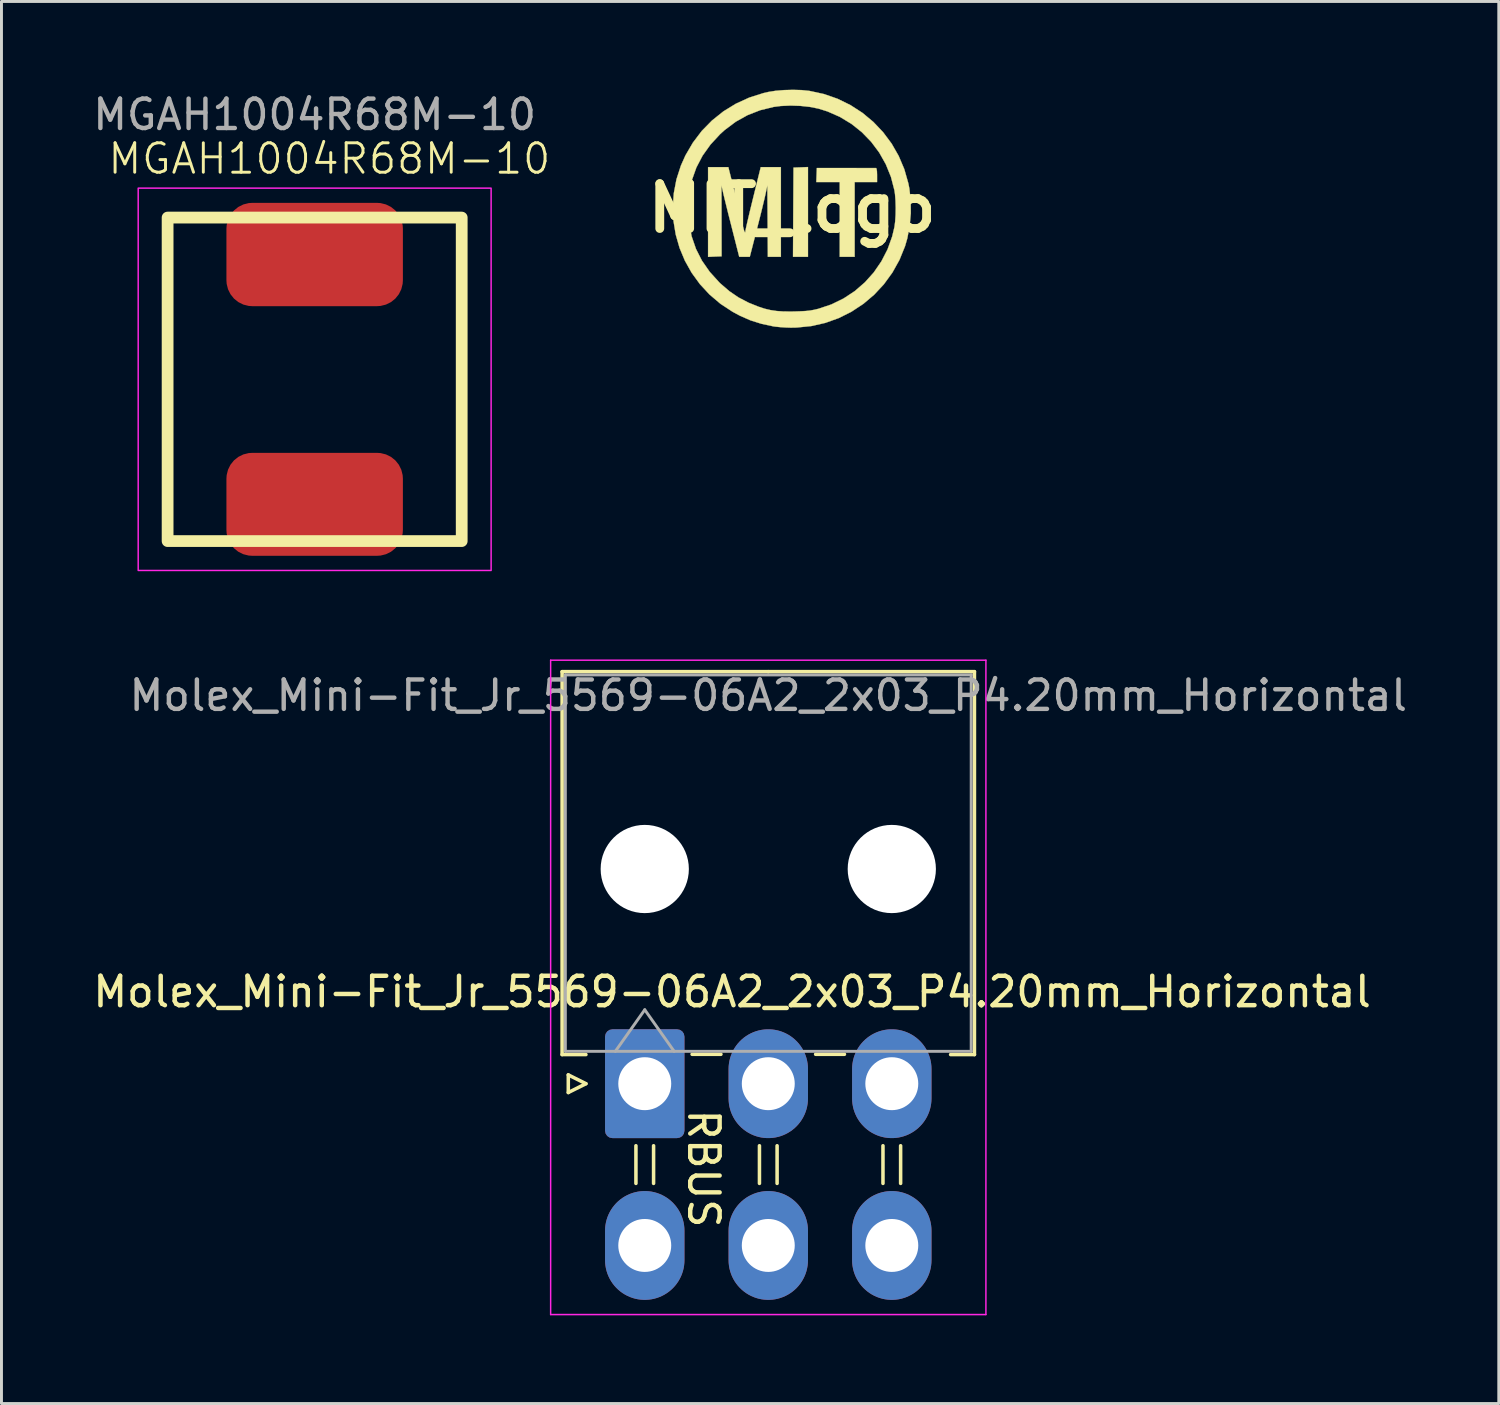
<source format=kicad_pcb>
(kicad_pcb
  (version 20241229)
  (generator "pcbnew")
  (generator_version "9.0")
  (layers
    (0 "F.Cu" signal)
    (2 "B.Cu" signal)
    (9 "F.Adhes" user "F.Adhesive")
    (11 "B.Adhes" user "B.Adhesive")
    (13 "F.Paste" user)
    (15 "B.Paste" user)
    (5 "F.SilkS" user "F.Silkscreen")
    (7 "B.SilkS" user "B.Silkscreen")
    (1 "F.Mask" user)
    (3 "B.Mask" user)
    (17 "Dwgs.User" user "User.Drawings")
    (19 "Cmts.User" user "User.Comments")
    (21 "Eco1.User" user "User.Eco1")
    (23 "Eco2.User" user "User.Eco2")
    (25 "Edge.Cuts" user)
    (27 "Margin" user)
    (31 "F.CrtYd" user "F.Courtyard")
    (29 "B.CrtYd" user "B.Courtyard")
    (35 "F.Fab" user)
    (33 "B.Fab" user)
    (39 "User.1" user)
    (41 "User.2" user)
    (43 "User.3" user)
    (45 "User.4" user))
  (footprint "Molex_Mini-Fit_Jr_5569-06A2_2x03_P4.20mm_Horizontal"
    (layer "F.Cu")
    (at 18.873 33.798)
    (property "Reference" "Molex_Mini-Fit_Jr_5569-06A2_2x03_P4.20mm_Horizontal" (at 2.97 -3.125 0) (layer "F.SilkS") (effects (font (size 1 1) (thickness 0.152))))
    (attr through_hole)
    (fp_line (start -2.81 -14.01) (end 4.2 -14.01) (stroke (width 0.12) (type solid)) (layer "F.SilkS"))
    (fp_line (start -2.81 -0.99) (end -2.81 -14.01) (stroke (width 0.12) (type solid)) (layer "F.SilkS"))
    (fp_line (start -2.6 -0.3) (end -2 0) (stroke (width 0.12) (type solid)) (layer "F.SilkS"))
    (fp_line (start -2.6 0.3) (end -2.6 -0.3) (stroke (width 0.12) (type solid)) (layer "F.SilkS"))
    (fp_line (start -2 -0.99) (end -2.81 -0.99) (stroke (width 0.12) (type solid)) (layer "F.SilkS"))
    (fp_line (start -2 0) (end -2.6 0.3) (stroke (width 0.12) (type solid)) (layer "F.SilkS"))
    (fp_line (start -0.3 2.11) (end -0.3 3.39) (stroke (width 0.12) (type solid)) (layer "F.SilkS"))
    (fp_line (start 0.3 2.11) (end 0.3 3.39) (stroke (width 0.12) (type solid)) (layer "F.SilkS"))
    (fp_line (start 1.61 -1) (end 2.59 -1) (stroke (width 0.12) (type solid)) (layer "F.SilkS"))
    (fp_line (start 3.9 2.11) (end 3.9 3.39) (stroke (width 0.12) (type solid)) (layer "F.SilkS"))
    (fp_line (start 4.5 2.11) (end 4.5 3.39) (stroke (width 0.12) (type solid)) (layer "F.SilkS"))
    (fp_line (start 5.81 -1) (end 6.79 -1) (stroke (width 0.12) (type solid)) (layer "F.SilkS"))
    (fp_line (start 8.1 2.11) (end 8.1 3.39) (stroke (width 0.12) (type solid)) (layer "F.SilkS"))
    (fp_line (start 8.7 2.11) (end 8.7 3.39) (stroke (width 0.12) (type solid)) (layer "F.SilkS"))
    (fp_line (start 10.4 -0.99) (end 11.21 -0.99) (stroke (width 0.12) (type solid)) (layer "F.SilkS"))
    (fp_line (start 11.21 -14.01) (end 4.2 -14.01) (stroke (width 0.12) (type solid)) (layer "F.SilkS"))
    (fp_line (start 11.21 -0.99) (end 11.21 -14.01) (stroke (width 0.12) (type solid)) (layer "F.SilkS"))
    (fp_line (start -3.2 -14.4) (end -3.2 7.85) (stroke (width 0.05) (type solid)) (layer "F.CrtYd"))
    (fp_line (start -3.2 7.85) (end 11.6 7.85) (stroke (width 0.05) (type solid)) (layer "F.CrtYd"))
    (fp_line (start 11.6 -14.4) (end -3.2 -14.4) (stroke (width 0.05) (type solid)) (layer "F.CrtYd"))
    (fp_line (start 11.6 7.85) (end 11.6 -14.4) (stroke (width 0.05) (type solid)) (layer "F.CrtYd"))
    (fp_line (start -2.7 -13.9) (end -2.7 -1.1) (stroke (width 0.1) (type solid)) (layer "F.Fab"))
    (fp_line (start -2.7 -1.1) (end 11.1 -1.1) (stroke (width 0.1) (type solid)) (layer "F.Fab"))
    (fp_line (start -1 -1.1) (end 0 -2.514) (stroke (width 0.1) (type solid)) (layer "F.Fab"))
    (fp_line (start 0 -2.514) (end 1 -1.1) (stroke (width 0.1) (type solid)) (layer "F.Fab"))
    (fp_line (start 11.1 -13.9) (end -2.7 -13.9) (stroke (width 0.1) (type solid)) (layer "F.Fab"))
    (fp_line (start 11.1 -1.1) (end 11.1 -13.9) (stroke (width 0.1) (type solid)) (layer "F.Fab"))
    (fp_text user "RBUS" (at 2.001 2.885 270) (unlocked yes) (layer "F.SilkS") (effects (font (size 1 1) (thickness 0.15))))
    (fp_text user "${REFERENCE}" (at 4.2 -13.2 0) (layer "F.Fab") (effects (font (size 1 1) (thickness 0.15))))
    (pad "" np_thru_hole circle (at 0 -7.3) (size 3 3) (drill 3) (layers "*.Cu" "*.Mask"))
    (pad "" np_thru_hole circle (at 8.4 -7.3) (size 3 3) (drill 3) (layers "*.Cu" "*.Mask"))
    (pad "1" thru_hole roundrect (at 0 0) (size 2.7 3.7) (drill 1.8) (layers "*.Cu" "*.Mask") (roundrect_rratio 0.093))
    (pad "2" thru_hole oval (at 4.2 0) (size 2.7 3.7) (drill 1.8) (layers "*.Cu" "*.Mask"))
    (pad "3" thru_hole oval (at 8.4 0) (size 2.7 3.7) (drill 1.8) (layers "*.Cu" "*.Mask"))
    (pad "4" thru_hole oval (at 0 5.5) (size 2.7 3.7) (drill 1.8) (layers "*.Cu" "*.Mask"))
    (pad "5" thru_hole oval (at 4.2 5.5) (size 2.7 3.7) (drill 1.8) (layers "*.Cu" "*.Mask"))
    (pad "6" thru_hole oval (at 8.4 5.5) (size 2.7 3.7) (drill 1.8) (layers "*.Cu" "*.Mask")))
  (footprint "MGAH1004R68M-10"
    (layer "F.Cu")
    (at 2.649 4.348)
    (property "Reference" "MGAH1004R68M-10" (at 5.5 -2 0) (unlocked yes) (layer "F.SilkS") (effects (font (size 1 1) (thickness 0.1))))
    (attr smd)
    (fp_rect (start 0 0) (end 10 11) (stroke (width 0.4) (type default)) (fill no) (layer "F.SilkS"))
    (fp_rect (start 11 -1) (end -1 12) (stroke (width 0.05) (type default)) (fill no) (layer "F.CrtYd"))
    (fp_text user "${REFERENCE}" (at 5 -3.5 0) (unlocked yes) (layer "F.Fab") (effects (font (size 1 1) (thickness 0.15))))
    (pad "1" smd roundrect (at 5 1.256) (size 6 3.513) (layers "F.Cu" "F.Mask" "F.Paste") (roundrect_rratio 0.25))
    (pad "2" smd roundrect (at 5 9.75) (size 6 3.5) (layers "F.Cu" "F.Mask" "F.Paste") (roundrect_rratio 0.25)))
  (footprint "MIT_logo"
    (layer "F.Cu")
    (at 23.883 4.03)
    (property "Reference" "MIT_logo" (at 0 0 0) (layer "F.SilkS") (effects (font (size 1.524 1.524) (thickness 0.3))))
    (attr through_hole)
    (fp_poly (pts (xy 0.54 1.651) (xy 0.031 1.651) (xy 0.039 0.135) (xy 0.048 -1.381) (xy 0.294 -1.39) (xy 0.54 -1.4) (xy 0.54 1.651)) (stroke (width 0.01) (type solid)) (fill yes) (layer "F.SilkS"))
    (fp_poly (pts (xy 1.834 -1.367) (xy 2.079 -1.367) (xy 2.305 -1.366) (xy 2.502 -1.366) (xy 2.663 -1.366) (xy 2.781 -1.366) (xy 2.847 -1.366) (xy 2.857 -1.366) (xy 2.873 -1.336) (xy 2.885 -1.256) (xy 2.889 -1.139) (xy 2.889 -1.127) (xy 2.889 -0.889) (xy 2.127 -0.889) (xy 2.127 1.651) (xy 1.619 1.651) (xy 1.619 -0.889) (xy 0.823 -0.889) (xy 0.832 -1.128) (xy 0.841 -1.367) (xy 1.834 -1.367)) (stroke (width 0.01) (type solid)) (fill yes) (layer "F.SilkS"))
    (fp_poly (pts (xy -0.724 -1.397) (xy -0.381 -1.397) (xy -0.381 1.651) (xy -0.825 1.651) (xy -0.833 0.437) (xy -0.841 -0.778) (xy -0.909 -0.46) (xy -0.935 -0.345) (xy -0.975 -0.179) (xy -1.024 0.025) (xy -1.081 0.255) (xy -1.143 0.5) (xy -1.206 0.748) (xy -1.208 0.754) (xy -1.438 1.651) (xy -1.798 1.651) (xy -2.042 0.691) (xy -2.106 0.439) (xy -2.168 0.196) (xy -2.224 -0.031) (xy -2.273 -0.229) (xy -2.312 -0.389) (xy -2.339 -0.501) (xy -2.344 -0.524) (xy -2.401 -0.778) (xy -2.399 0.429) (xy -2.397 1.635) (xy -2.627 1.644) (xy -2.857 1.654) (xy -2.857 -1.397) (xy -2.168 -1.397) (xy -1.954 -0.548) (xy -1.894 -0.311) (xy -1.838 -0.081) (xy -1.786 0.131) (xy -1.742 0.313) (xy -1.709 0.455) (xy -1.69 0.54) (xy -1.66 0.669) (xy -1.631 0.764) (xy -1.608 0.816) (xy -1.592 0.819) (xy -1.588 0.776) (xy -1.58 0.732) (xy -1.559 0.633) (xy -1.526 0.488) (xy -1.483 0.304) (xy -1.432 0.089) (xy -1.374 -0.149) (xy -1.327 -0.341) (xy -1.066 -1.397) (xy -0.724 -1.397)) (stroke (width 0.01) (type solid)) (fill yes) (layer "F.SilkS"))
    (fp_poly (pts (xy 0.32 -4.017) (xy 0.578 -3.991) (xy 0.59 -3.989) (xy 1.08 -3.883) (xy 1.547 -3.721) (xy 1.985 -3.506) (xy 2.392 -3.243) (xy 2.763 -2.934) (xy 3.095 -2.584) (xy 3.384 -2.197) (xy 3.625 -1.776) (xy 3.816 -1.325) (xy 3.952 -0.847) (xy 3.988 -0.667) (xy 4.033 -0.258) (xy 4.036 0.173) (xy 3.997 0.606) (xy 3.918 1.022) (xy 3.841 1.289) (xy 3.651 1.756) (xy 3.41 2.188) (xy 3.122 2.584) (xy 2.792 2.939) (xy 2.424 3.251) (xy 2.021 3.517) (xy 1.589 3.734) (xy 1.132 3.898) (xy 0.653 4.007) (xy 0.156 4.057) (xy -0.048 4.061) (xy -0.223 4.055) (xy -0.404 4.043) (xy -0.565 4.027) (xy -0.635 4.017) (xy -1.045 3.929) (xy -1.419 3.811) (xy -1.778 3.653) (xy -2.02 3.523) (xy -2.436 3.25) (xy -2.808 2.934) (xy -3.134 2.582) (xy -3.414 2.197) (xy -3.645 1.785) (xy -3.826 1.351) (xy -3.956 0.899) (xy -4.033 0.435) (xy -4.052 0.032) (xy -3.533 0.032) (xy -3.502 0.509) (xy -3.415 0.959) (xy -3.269 1.383) (xy -3.065 1.784) (xy -2.802 2.162) (xy -2.479 2.519) (xy -2.438 2.559) (xy -2.138 2.818) (xy -1.825 3.032) (xy -1.481 3.212) (xy -1.146 3.347) (xy -0.935 3.416) (xy -0.733 3.464) (xy -0.524 3.495) (xy -0.291 3.511) (xy -0.018 3.513) (xy 0.079 3.511) (xy 0.298 3.504) (xy 0.471 3.494) (xy 0.615 3.478) (xy 0.749 3.454) (xy 0.888 3.421) (xy 0.896 3.419) (xy 1.337 3.271) (xy 1.75 3.069) (xy 2.131 2.818) (xy 2.475 2.52) (xy 2.778 2.182) (xy 3.036 1.806) (xy 3.246 1.398) (xy 3.403 0.961) (xy 3.479 0.643) (xy 3.504 0.457) (xy 3.519 0.231) (xy 3.523 -0.015) (xy 3.516 -0.257) (xy 3.499 -0.476) (xy 3.479 -0.611) (xy 3.361 -1.065) (xy 3.187 -1.494) (xy 2.962 -1.893) (xy 2.689 -2.258) (xy 2.373 -2.584) (xy 2.017 -2.868) (xy 1.626 -3.105) (xy 1.203 -3.291) (xy 0.896 -3.387) (xy 0.605 -3.445) (xy 0.279 -3.48) (xy -0.058 -3.491) (xy -0.384 -3.476) (xy -0.626 -3.445) (xy -1.085 -3.333) (xy -1.515 -3.165) (xy -1.916 -2.941) (xy -2.292 -2.659) (xy -2.451 -2.515) (xy -2.777 -2.162) (xy -3.045 -1.786) (xy -3.255 -1.384) (xy -3.406 -0.958) (xy -3.498 -0.507) (xy -3.533 -0.03) (xy -3.533 0.032) (xy -4.052 0.032) (xy -4.056 -0.037) (xy -4.022 -0.511) (xy -3.932 -0.983) (xy -3.782 -1.447) (xy -3.628 -1.793) (xy -3.372 -2.231) (xy -3.07 -2.63) (xy -2.723 -2.984) (xy -2.336 -3.293) (xy -1.913 -3.553) (xy -1.456 -3.762) (xy -0.971 -3.916) (xy -0.81 -3.953) (xy -0.56 -3.993) (xy -0.273 -4.017) (xy 0.028 -4.025) (xy 0.32 -4.017)) (stroke (width 0.01) (type solid)) (fill yes) (layer "F.SilkS")))
  (gr_rect
    (start -3 -3)
    (end 47.912 44.673)
    (stroke (width 0.1) (type default))
    (fill no)
    (layer "Edge.Cuts")))
</source>
